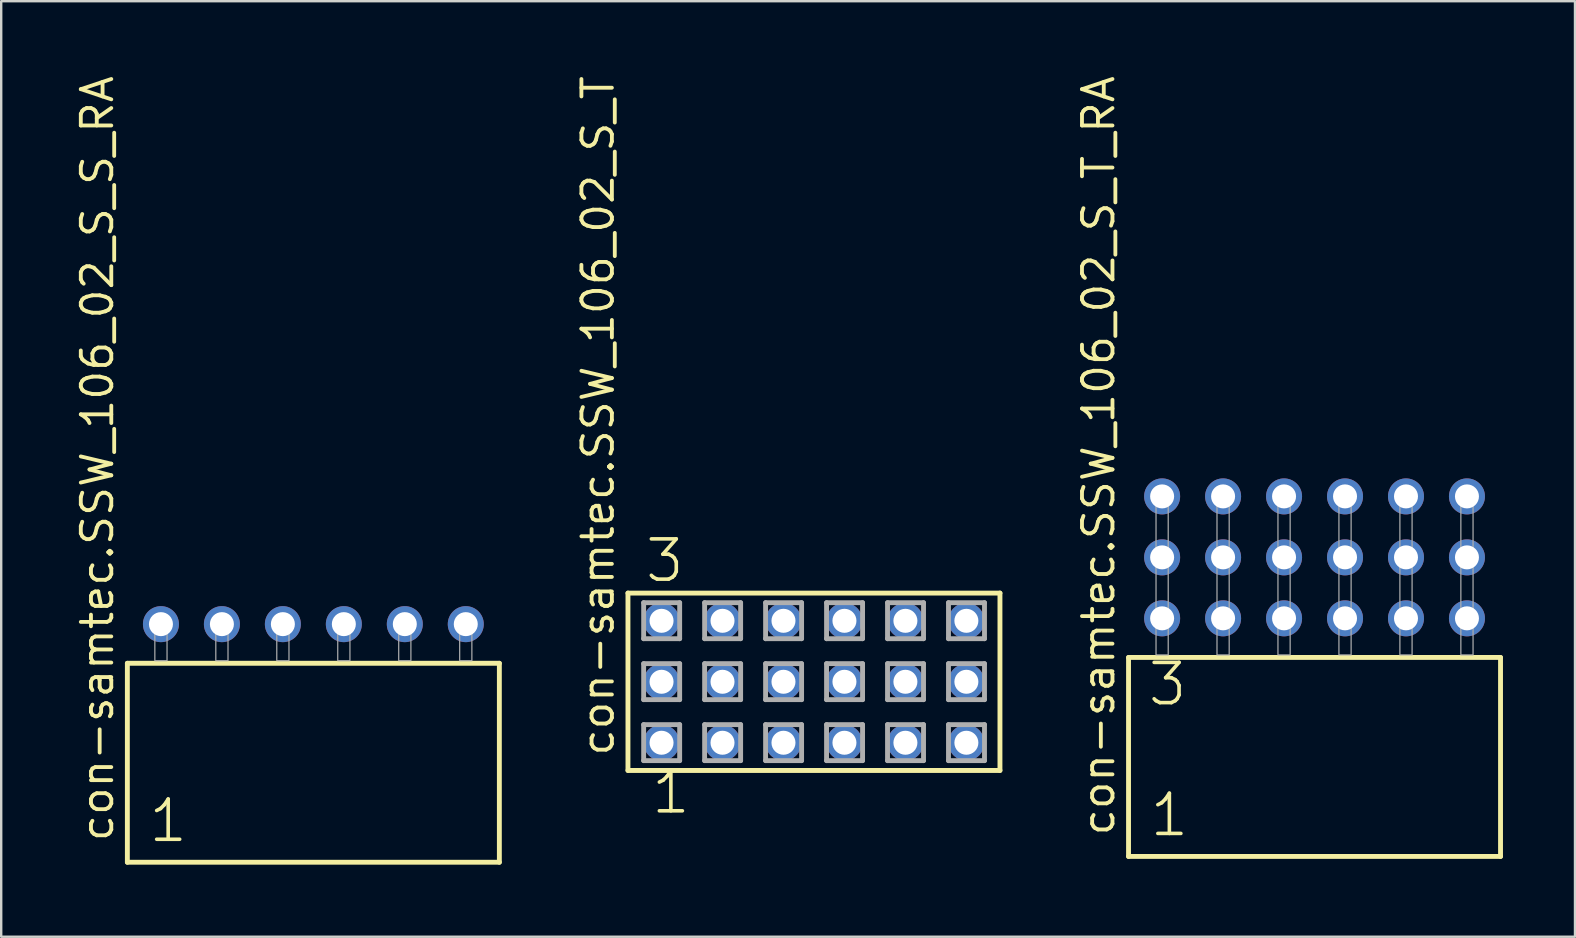
<source format=kicad_pcb>
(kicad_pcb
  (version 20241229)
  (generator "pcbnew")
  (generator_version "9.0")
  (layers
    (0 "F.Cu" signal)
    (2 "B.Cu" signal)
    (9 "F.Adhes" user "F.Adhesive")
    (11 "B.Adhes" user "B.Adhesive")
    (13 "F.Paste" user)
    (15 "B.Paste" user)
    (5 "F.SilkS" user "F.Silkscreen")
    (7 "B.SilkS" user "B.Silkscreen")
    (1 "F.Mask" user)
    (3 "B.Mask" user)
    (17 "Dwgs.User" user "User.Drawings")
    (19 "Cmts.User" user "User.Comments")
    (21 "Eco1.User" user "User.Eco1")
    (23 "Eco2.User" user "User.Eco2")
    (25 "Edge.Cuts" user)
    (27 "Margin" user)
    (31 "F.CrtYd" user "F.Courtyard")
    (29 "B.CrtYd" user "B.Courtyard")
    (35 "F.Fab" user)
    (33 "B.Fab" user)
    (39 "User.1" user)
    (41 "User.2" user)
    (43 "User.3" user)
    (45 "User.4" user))
  (footprint "con-samtec.SSW_106_02_S_T_RA"
    (layer "F.Cu")
    (at 51.716 24.235)
    (property "Reference" "con-samtec.SSW_106_02_S_T_RA" (at -8.255 7.62 90) (layer "F.SilkS") (effects (font (size 1.27 1.27) (thickness 0.16)) (justify left bottom)))
    (attr through_hole)
    (fp_line (start -7.749 0.106) (end -7.749 8.396) (stroke (width 0.203) (type default)) (layer "F.SilkS"))
    (fp_line (start -7.749 8.396) (end 7.749 8.396) (stroke (width 0.203) (type default)) (layer "F.SilkS"))
    (fp_line (start 7.749 0.106) (end -7.749 0.106) (stroke (width 0.203) (type default)) (layer "F.SilkS"))
    (fp_line (start 7.749 8.396) (end 7.749 0.106) (stroke (width 0.203) (type default)) (layer "F.SilkS"))
    (fp_rect (start -6.604 0) (end -6.096 -6.858) (stroke (width 0.05) (type default)) (fill no) (layer "F.Fab"))
    (fp_rect (start -4.064 0) (end -3.556 -6.858) (stroke (width 0.05) (type default)) (fill no) (layer "F.Fab"))
    (fp_rect (start -1.524 0) (end -1.016 -6.858) (stroke (width 0.05) (type default)) (fill no) (layer "F.Fab"))
    (fp_rect (start 1.016 0) (end 1.524 -6.858) (stroke (width 0.05) (type default)) (fill no) (layer "F.Fab"))
    (fp_rect (start 3.556 0) (end 4.064 -6.858) (stroke (width 0.05) (type default)) (fill no) (layer "F.Fab"))
    (fp_rect (start 6.096 0) (end 6.604 -6.858) (stroke (width 0.05) (type default)) (fill no) (layer "F.Fab"))
    (fp_text user "1" (at -6.945 7.65 0) (layer "F.SilkS") (effects (font (size 1.676 1.676) (thickness 0.15)) (justify left bottom)))
    (fp_text user "3" (at -7.02 2.2 0) (layer "F.SilkS") (effects (font (size 1.676 1.676) (thickness 0.15)) (justify left bottom)))
    (pad "1" thru_hole circle (at -6.35 -1.524) (size 1.5 1.5) (drill 1) (layers "*.Cu" "*.Mask"))
    (pad "2" thru_hole circle (at -6.35 -4.064) (size 1.5 1.5) (drill 1) (layers "*.Cu" "*.Mask"))
    (pad "3" thru_hole circle (at -6.35 -6.604) (size 1.5 1.5) (drill 1) (layers "*.Cu" "*.Mask"))
    (pad "4" thru_hole circle (at -3.81 -1.524) (size 1.5 1.5) (drill 1) (layers "*.Cu" "*.Mask"))
    (pad "5" thru_hole circle (at -3.81 -4.064) (size 1.5 1.5) (drill 1) (layers "*.Cu" "*.Mask"))
    (pad "6" thru_hole circle (at -3.81 -6.604) (size 1.5 1.5) (drill 1) (layers "*.Cu" "*.Mask"))
    (pad "7" thru_hole circle (at -1.27 -1.524) (size 1.5 1.5) (drill 1) (layers "*.Cu" "*.Mask"))
    (pad "8" thru_hole circle (at -1.27 -4.064) (size 1.5 1.5) (drill 1) (layers "*.Cu" "*.Mask"))
    (pad "9" thru_hole circle (at -1.27 -6.604) (size 1.5 1.5) (drill 1) (layers "*.Cu" "*.Mask"))
    (pad "10" thru_hole circle (at 1.27 -1.524) (size 1.5 1.5) (drill 1) (layers "*.Cu" "*.Mask"))
    (pad "11" thru_hole circle (at 1.27 -4.064) (size 1.5 1.5) (drill 1) (layers "*.Cu" "*.Mask"))
    (pad "12" thru_hole circle (at 1.27 -6.604) (size 1.5 1.5) (drill 1) (layers "*.Cu" "*.Mask"))
    (pad "13" thru_hole circle (at 3.81 -1.524) (size 1.5 1.5) (drill 1) (layers "*.Cu" "*.Mask"))
    (pad "14" thru_hole circle (at 3.81 -4.064) (size 1.5 1.5) (drill 1) (layers "*.Cu" "*.Mask"))
    (pad "15" thru_hole circle (at 3.81 -6.604) (size 1.5 1.5) (drill 1) (layers "*.Cu" "*.Mask"))
    (pad "16" thru_hole circle (at 6.35 -1.524) (size 1.5 1.5) (drill 1) (layers "*.Cu" "*.Mask"))
    (pad "17" thru_hole circle (at 6.35 -4.064) (size 1.5 1.5) (drill 1) (layers "*.Cu" "*.Mask"))
    (pad "18" thru_hole circle (at 6.35 -6.604) (size 1.5 1.5) (drill 1) (layers "*.Cu" "*.Mask")))
  (footprint "con-samtec.SSW_106_02_S_S_RA"
    (layer "F.Cu")
    (at 10.005 24.477)
    (property "Reference" "con-samtec.SSW_106_02_S_S_RA" (at -8.255 7.62 90) (layer "F.SilkS") (effects (font (size 1.27 1.27) (thickness 0.16)) (justify left bottom)))
    (attr through_hole)
    (fp_line (start -7.749 0.106) (end -7.749 8.396) (stroke (width 0.203) (type default)) (layer "F.SilkS"))
    (fp_line (start -7.749 8.396) (end 7.749 8.396) (stroke (width 0.203) (type default)) (layer "F.SilkS"))
    (fp_line (start 7.749 0.106) (end -7.749 0.106) (stroke (width 0.203) (type default)) (layer "F.SilkS"))
    (fp_line (start 7.749 8.396) (end 7.749 0.106) (stroke (width 0.203) (type default)) (layer "F.SilkS"))
    (fp_rect (start -6.604 0) (end -6.096 -1.778) (stroke (width 0.05) (type default)) (fill no) (layer "F.Fab"))
    (fp_rect (start -4.064 0) (end -3.556 -1.778) (stroke (width 0.05) (type default)) (fill no) (layer "F.Fab"))
    (fp_rect (start -1.524 0) (end -1.016 -1.778) (stroke (width 0.05) (type default)) (fill no) (layer "F.Fab"))
    (fp_rect (start 1.016 0) (end 1.524 -1.778) (stroke (width 0.05) (type default)) (fill no) (layer "F.Fab"))
    (fp_rect (start 3.556 0) (end 4.064 -1.778) (stroke (width 0.05) (type default)) (fill no) (layer "F.Fab"))
    (fp_rect (start 6.096 0) (end 6.604 -1.778) (stroke (width 0.05) (type default)) (fill no) (layer "F.Fab"))
    (fp_text user "1" (at -6.945 7.65 0) (layer "F.SilkS") (effects (font (size 1.676 1.676) (thickness 0.15)) (justify left bottom)))
    (pad "1" thru_hole circle (at -6.35 -1.524) (size 1.5 1.5) (drill 1) (layers "*.Cu" "*.Mask"))
    (pad "2" thru_hole circle (at -3.81 -1.524) (size 1.5 1.5) (drill 1) (layers "*.Cu" "*.Mask"))
    (pad "3" thru_hole circle (at -1.27 -1.524) (size 1.5 1.5) (drill 1) (layers "*.Cu" "*.Mask"))
    (pad "4" thru_hole circle (at 1.27 -1.524) (size 1.5 1.5) (drill 1) (layers "*.Cu" "*.Mask"))
    (pad "5" thru_hole circle (at 3.81 -1.524) (size 1.5 1.5) (drill 1) (layers "*.Cu" "*.Mask"))
    (pad "6" thru_hole circle (at 6.35 -1.524) (size 1.5 1.5) (drill 1) (layers "*.Cu" "*.Mask")))
  (footprint "con-samtec.SSW_106_02_S_T"
    (layer "F.Cu")
    (at 30.861 25.354)
    (property "Reference" "con-samtec.SSW_106_02_S_T" (at -8.255 3.175 90) (layer "F.SilkS") (effects (font (size 1.27 1.27) (thickness 0.16)) (justify left bottom)))
    (attr through_hole)
    (fp_line (start -7.749 -3.695) (end 7.749 -3.695) (stroke (width 0.203) (type default)) (layer "F.SilkS"))
    (fp_line (start -7.749 3.695) (end -7.749 -3.695) (stroke (width 0.203) (type default)) (layer "F.SilkS"))
    (fp_line (start 7.749 -3.695) (end 7.749 3.695) (stroke (width 0.203) (type default)) (layer "F.SilkS"))
    (fp_line (start 7.749 3.695) (end -7.749 3.695) (stroke (width 0.203) (type default)) (layer "F.SilkS"))
    (fp_line (start -7.095 -3.295) (end -5.595 -3.295) (stroke (width 0.203) (type default)) (layer "F.Fab"))
    (fp_line (start -7.095 -1.795) (end -7.095 -3.295) (stroke (width 0.203) (type default)) (layer "F.Fab"))
    (fp_line (start -7.095 -0.755) (end -5.595 -0.755) (stroke (width 0.203) (type default)) (layer "F.Fab"))
    (fp_line (start -7.095 0.745) (end -7.095 -0.755) (stroke (width 0.203) (type default)) (layer "F.Fab"))
    (fp_line (start -7.095 1.785) (end -5.595 1.785) (stroke (width 0.203) (type default)) (layer "F.Fab"))
    (fp_line (start -7.095 3.285) (end -7.095 1.785) (stroke (width 0.203) (type default)) (layer "F.Fab"))
    (fp_line (start -5.595 -3.295) (end -5.595 -1.795) (stroke (width 0.203) (type default)) (layer "F.Fab"))
    (fp_line (start -5.595 -1.795) (end -7.095 -1.795) (stroke (width 0.203) (type default)) (layer "F.Fab"))
    (fp_line (start -5.595 -0.755) (end -5.595 0.745) (stroke (width 0.203) (type default)) (layer "F.Fab"))
    (fp_line (start -5.595 0.745) (end -7.095 0.745) (stroke (width 0.203) (type default)) (layer "F.Fab"))
    (fp_line (start -5.595 1.785) (end -5.595 3.285) (stroke (width 0.203) (type default)) (layer "F.Fab"))
    (fp_line (start -5.595 3.285) (end -7.095 3.285) (stroke (width 0.203) (type default)) (layer "F.Fab"))
    (fp_line (start -4.555 -3.295) (end -3.055 -3.295) (stroke (width 0.203) (type default)) (layer "F.Fab"))
    (fp_line (start -4.555 -1.795) (end -4.555 -3.295) (stroke (width 0.203) (type default)) (layer "F.Fab"))
    (fp_line (start -4.555 -0.755) (end -3.055 -0.755) (stroke (width 0.203) (type default)) (layer "F.Fab"))
    (fp_line (start -4.555 0.745) (end -4.555 -0.755) (stroke (width 0.203) (type default)) (layer "F.Fab"))
    (fp_line (start -4.555 1.785) (end -3.055 1.785) (stroke (width 0.203) (type default)) (layer "F.Fab"))
    (fp_line (start -4.555 3.285) (end -4.555 1.785) (stroke (width 0.203) (type default)) (layer "F.Fab"))
    (fp_line (start -3.055 -3.295) (end -3.055 -1.795) (stroke (width 0.203) (type default)) (layer "F.Fab"))
    (fp_line (start -3.055 -1.795) (end -4.555 -1.795) (stroke (width 0.203) (type default)) (layer "F.Fab"))
    (fp_line (start -3.055 -0.755) (end -3.055 0.745) (stroke (width 0.203) (type default)) (layer "F.Fab"))
    (fp_line (start -3.055 0.745) (end -4.555 0.745) (stroke (width 0.203) (type default)) (layer "F.Fab"))
    (fp_line (start -3.055 1.785) (end -3.055 3.285) (stroke (width 0.203) (type default)) (layer "F.Fab"))
    (fp_line (start -3.055 3.285) (end -4.555 3.285) (stroke (width 0.203) (type default)) (layer "F.Fab"))
    (fp_line (start -2.015 -3.295) (end -0.515 -3.295) (stroke (width 0.203) (type default)) (layer "F.Fab"))
    (fp_line (start -2.015 -1.795) (end -2.015 -3.295) (stroke (width 0.203) (type default)) (layer "F.Fab"))
    (fp_line (start -2.015 -0.755) (end -0.515 -0.755) (stroke (width 0.203) (type default)) (layer "F.Fab"))
    (fp_line (start -2.015 0.745) (end -2.015 -0.755) (stroke (width 0.203) (type default)) (layer "F.Fab"))
    (fp_line (start -2.015 1.785) (end -0.515 1.785) (stroke (width 0.203) (type default)) (layer "F.Fab"))
    (fp_line (start -2.015 3.285) (end -2.015 1.785) (stroke (width 0.203) (type default)) (layer "F.Fab"))
    (fp_line (start -0.515 -3.295) (end -0.515 -1.795) (stroke (width 0.203) (type default)) (layer "F.Fab"))
    (fp_line (start -0.515 -1.795) (end -2.015 -1.795) (stroke (width 0.203) (type default)) (layer "F.Fab"))
    (fp_line (start -0.515 -0.755) (end -0.515 0.745) (stroke (width 0.203) (type default)) (layer "F.Fab"))
    (fp_line (start -0.515 0.745) (end -2.015 0.745) (stroke (width 0.203) (type default)) (layer "F.Fab"))
    (fp_line (start -0.515 1.785) (end -0.515 3.285) (stroke (width 0.203) (type default)) (layer "F.Fab"))
    (fp_line (start -0.515 3.285) (end -2.015 3.285) (stroke (width 0.203) (type default)) (layer "F.Fab"))
    (fp_line (start 0.525 -3.295) (end 2.025 -3.295) (stroke (width 0.203) (type default)) (layer "F.Fab"))
    (fp_line (start 0.525 -1.795) (end 0.525 -3.295) (stroke (width 0.203) (type default)) (layer "F.Fab"))
    (fp_line (start 0.525 -0.755) (end 2.025 -0.755) (stroke (width 0.203) (type default)) (layer "F.Fab"))
    (fp_line (start 0.525 0.745) (end 0.525 -0.755) (stroke (width 0.203) (type default)) (layer "F.Fab"))
    (fp_line (start 0.525 1.785) (end 2.025 1.785) (stroke (width 0.203) (type default)) (layer "F.Fab"))
    (fp_line (start 0.525 3.285) (end 0.525 1.785) (stroke (width 0.203) (type default)) (layer "F.Fab"))
    (fp_line (start 2.025 -3.295) (end 2.025 -1.795) (stroke (width 0.203) (type default)) (layer "F.Fab"))
    (fp_line (start 2.025 -1.795) (end 0.525 -1.795) (stroke (width 0.203) (type default)) (layer "F.Fab"))
    (fp_line (start 2.025 -0.755) (end 2.025 0.745) (stroke (width 0.203) (type default)) (layer "F.Fab"))
    (fp_line (start 2.025 0.745) (end 0.525 0.745) (stroke (width 0.203) (type default)) (layer "F.Fab"))
    (fp_line (start 2.025 1.785) (end 2.025 3.285) (stroke (width 0.203) (type default)) (layer "F.Fab"))
    (fp_line (start 2.025 3.285) (end 0.525 3.285) (stroke (width 0.203) (type default)) (layer "F.Fab"))
    (fp_line (start 3.065 -3.295) (end 4.565 -3.295) (stroke (width 0.203) (type default)) (layer "F.Fab"))
    (fp_line (start 3.065 -1.795) (end 3.065 -3.295) (stroke (width 0.203) (type default)) (layer "F.Fab"))
    (fp_line (start 3.065 -0.755) (end 4.565 -0.755) (stroke (width 0.203) (type default)) (layer "F.Fab"))
    (fp_line (start 3.065 0.745) (end 3.065 -0.755) (stroke (width 0.203) (type default)) (layer "F.Fab"))
    (fp_line (start 3.065 1.785) (end 4.565 1.785) (stroke (width 0.203) (type default)) (layer "F.Fab"))
    (fp_line (start 3.065 3.285) (end 3.065 1.785) (stroke (width 0.203) (type default)) (layer "F.Fab"))
    (fp_line (start 4.565 -3.295) (end 4.565 -1.795) (stroke (width 0.203) (type default)) (layer "F.Fab"))
    (fp_line (start 4.565 -1.795) (end 3.065 -1.795) (stroke (width 0.203) (type default)) (layer "F.Fab"))
    (fp_line (start 4.565 -0.755) (end 4.565 0.745) (stroke (width 0.203) (type default)) (layer "F.Fab"))
    (fp_line (start 4.565 0.745) (end 3.065 0.745) (stroke (width 0.203) (type default)) (layer "F.Fab"))
    (fp_line (start 4.565 1.785) (end 4.565 3.285) (stroke (width 0.203) (type default)) (layer "F.Fab"))
    (fp_line (start 4.565 3.285) (end 3.065 3.285) (stroke (width 0.203) (type default)) (layer "F.Fab"))
    (fp_line (start 5.605 -3.295) (end 7.105 -3.295) (stroke (width 0.203) (type default)) (layer "F.Fab"))
    (fp_line (start 5.605 -1.795) (end 5.605 -3.295) (stroke (width 0.203) (type default)) (layer "F.Fab"))
    (fp_line (start 5.605 -0.755) (end 7.105 -0.755) (stroke (width 0.203) (type default)) (layer "F.Fab"))
    (fp_line (start 5.605 0.745) (end 5.605 -0.755) (stroke (width 0.203) (type default)) (layer "F.Fab"))
    (fp_line (start 5.605 1.785) (end 7.105 1.785) (stroke (width 0.203) (type default)) (layer "F.Fab"))
    (fp_line (start 5.605 3.285) (end 5.605 1.785) (stroke (width 0.203) (type default)) (layer "F.Fab"))
    (fp_line (start 7.105 -3.295) (end 7.105 -1.795) (stroke (width 0.203) (type default)) (layer "F.Fab"))
    (fp_line (start 7.105 -1.795) (end 5.605 -1.795) (stroke (width 0.203) (type default)) (layer "F.Fab"))
    (fp_line (start 7.105 -0.755) (end 7.105 0.745) (stroke (width 0.203) (type default)) (layer "F.Fab"))
    (fp_line (start 7.105 0.745) (end 5.605 0.745) (stroke (width 0.203) (type default)) (layer "F.Fab"))
    (fp_line (start 7.105 1.785) (end 7.105 3.285) (stroke (width 0.203) (type default)) (layer "F.Fab"))
    (fp_line (start 7.105 3.285) (end 5.605 3.285) (stroke (width 0.203) (type default)) (layer "F.Fab"))
    (fp_text user "3" (at -7.112 -4.064 0) (layer "F.SilkS") (effects (font (size 1.676 1.676) (thickness 0.15)) (justify left bottom)))
    (fp_text user "1" (at -6.858 5.588 0) (layer "F.SilkS") (effects (font (size 1.676 1.676) (thickness 0.15)) (justify left bottom)))
    (pad "1" thru_hole circle (at -6.35 2.54) (size 1.5 1.5) (drill 1) (layers "*.Cu" "*.Mask"))
    (pad "2" thru_hole circle (at -6.35 0) (size 1.5 1.5) (drill 1) (layers "*.Cu" "*.Mask"))
    (pad "3" thru_hole circle (at -6.35 -2.54) (size 1.5 1.5) (drill 1) (layers "*.Cu" "*.Mask"))
    (pad "4" thru_hole circle (at -3.81 2.54) (size 1.5 1.5) (drill 1) (layers "*.Cu" "*.Mask"))
    (pad "5" thru_hole circle (at -3.81 0) (size 1.5 1.5) (drill 1) (layers "*.Cu" "*.Mask"))
    (pad "6" thru_hole circle (at -3.81 -2.54) (size 1.5 1.5) (drill 1) (layers "*.Cu" "*.Mask"))
    (pad "7" thru_hole circle (at -1.27 2.54) (size 1.5 1.5) (drill 1) (layers "*.Cu" "*.Mask"))
    (pad "8" thru_hole circle (at -1.27 0) (size 1.5 1.5) (drill 1) (layers "*.Cu" "*.Mask"))
    (pad "9" thru_hole circle (at -1.27 -2.54) (size 1.5 1.5) (drill 1) (layers "*.Cu" "*.Mask"))
    (pad "10" thru_hole circle (at 1.27 2.54) (size 1.5 1.5) (drill 1) (layers "*.Cu" "*.Mask"))
    (pad "11" thru_hole circle (at 1.27 0) (size 1.5 1.5) (drill 1) (layers "*.Cu" "*.Mask"))
    (pad "12" thru_hole circle (at 1.27 -2.54) (size 1.5 1.5) (drill 1) (layers "*.Cu" "*.Mask"))
    (pad "13" thru_hole circle (at 3.81 2.54) (size 1.5 1.5) (drill 1) (layers "*.Cu" "*.Mask"))
    (pad "14" thru_hole circle (at 3.81 0) (size 1.5 1.5) (drill 1) (layers "*.Cu" "*.Mask"))
    (pad "15" thru_hole circle (at 3.81 -2.54) (size 1.5 1.5) (drill 1) (layers "*.Cu" "*.Mask"))
    (pad "16" thru_hole circle (at 6.35 2.54) (size 1.5 1.5) (drill 1) (layers "*.Cu" "*.Mask"))
    (pad "17" thru_hole circle (at 6.35 0) (size 1.5 1.5) (drill 1) (layers "*.Cu" "*.Mask"))
    (pad "18" thru_hole circle (at 6.35 -2.54) (size 1.5 1.5) (drill 1) (layers "*.Cu" "*.Mask")))
  (gr_rect
    (start -3 -3)
    (end 62.567 35.975)
    (stroke (width 0.1) (type default))
    (fill no)
    (layer "Edge.Cuts")))
</source>
